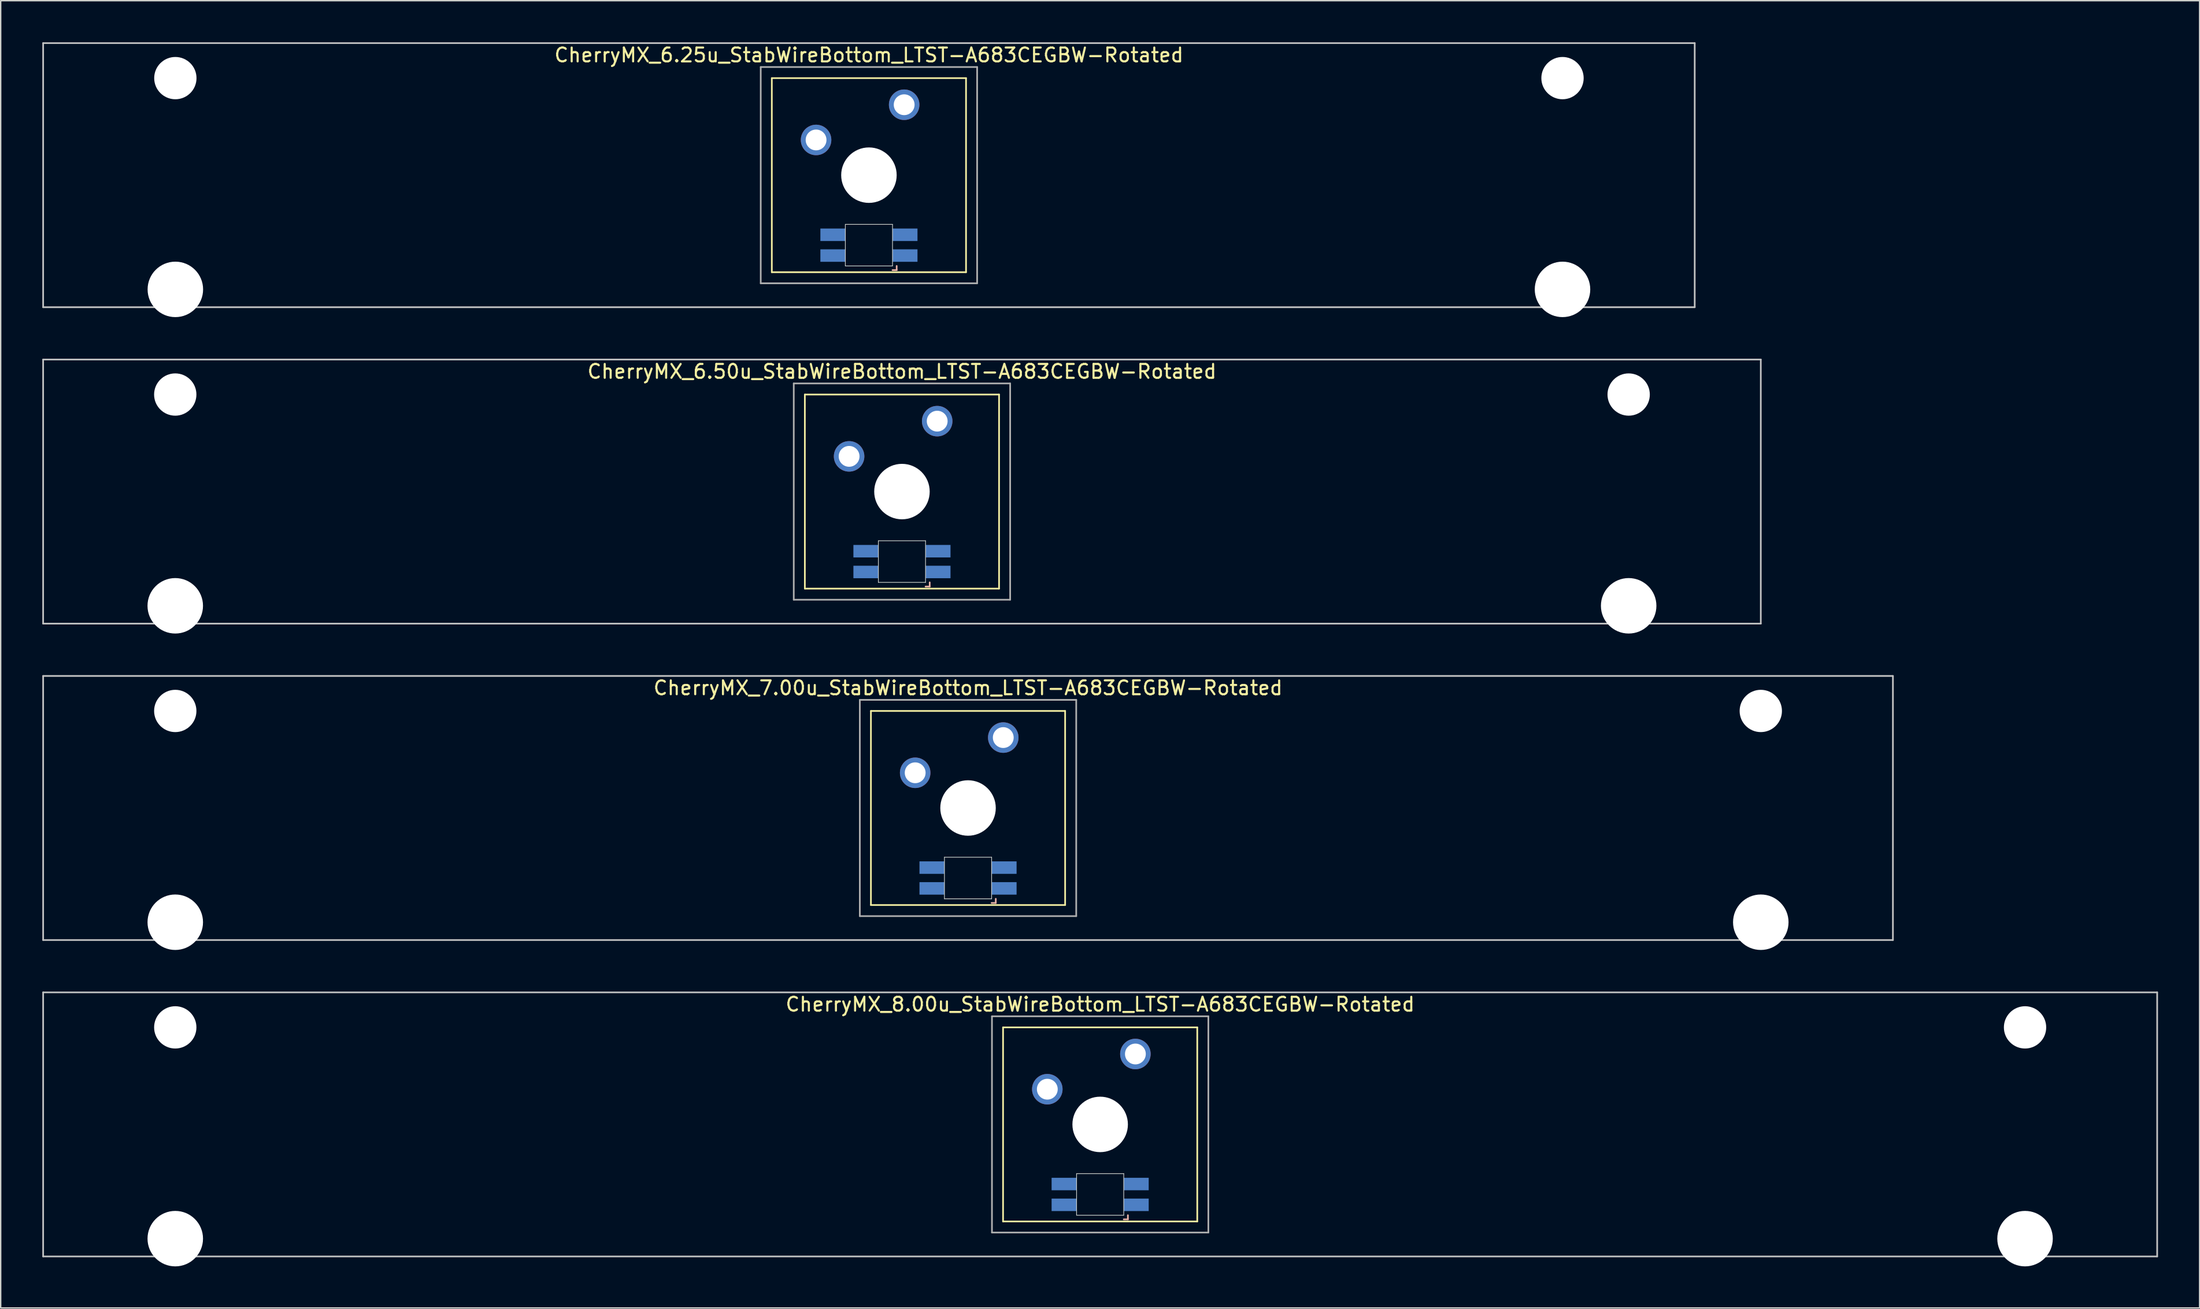
<source format=kicad_pcb>
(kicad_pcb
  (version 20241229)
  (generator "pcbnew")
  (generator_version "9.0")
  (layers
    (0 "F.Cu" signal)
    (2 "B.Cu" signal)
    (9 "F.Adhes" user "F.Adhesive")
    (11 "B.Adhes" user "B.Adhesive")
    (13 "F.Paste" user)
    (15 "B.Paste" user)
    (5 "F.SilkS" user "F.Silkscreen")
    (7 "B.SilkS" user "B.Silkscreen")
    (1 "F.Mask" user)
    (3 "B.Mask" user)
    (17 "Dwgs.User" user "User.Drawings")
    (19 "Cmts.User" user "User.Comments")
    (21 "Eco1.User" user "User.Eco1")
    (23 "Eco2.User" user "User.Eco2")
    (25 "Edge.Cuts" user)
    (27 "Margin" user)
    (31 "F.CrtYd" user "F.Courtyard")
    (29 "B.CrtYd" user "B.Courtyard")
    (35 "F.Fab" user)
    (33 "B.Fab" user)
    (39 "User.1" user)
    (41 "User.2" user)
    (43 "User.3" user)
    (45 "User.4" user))
  (footprint "CherryMX_6.25u_StabWireBottom_LTST-A683CEGBW-Rotated"
    (layer "F.Cu")
    (at 59.591 9.585)
    (property "Reference" "CherryMX_6.25u_StabWireBottom_LTST-A683CEGBW-Rotated" (at 0 -8.662 0) (layer "F.SilkS") (effects (font (size 1 1) (thickness 0.15))))
    (attr through_hole)
    (fp_line (start -7 -7) (end -7 7) (stroke (width 0.12) (type solid)) (layer "F.SilkS"))
    (fp_line (start -7 -7) (end 7 -7) (stroke (width 0.12) (type solid)) (layer "F.SilkS"))
    (fp_line (start 7 -7) (end 7 7) (stroke (width 0.12) (type solid)) (layer "F.SilkS"))
    (fp_line (start 7 7) (end -7 7) (stroke (width 0.12) (type solid)) (layer "F.SilkS"))
    (fp_line (start 1.7 6.85) (end 2 6.85) (stroke (width 0.12) (type solid)) (layer "B.SilkS"))
    (fp_line (start 2 6.85) (end 2 6.55) (stroke (width 0.12) (type solid)) (layer "B.SilkS"))
    (fp_line (start -59.531 -9.525) (end 59.531 -9.525) (stroke (width 0.12) (type solid)) (layer "Dwgs.User"))
    (fp_line (start -59.531 9.525) (end -59.531 -9.525) (stroke (width 0.12) (type solid)) (layer "Dwgs.User"))
    (fp_line (start 59.531 -9.525) (end 59.531 9.525) (stroke (width 0.12) (type solid)) (layer "Dwgs.User"))
    (fp_line (start 59.531 9.525) (end -59.531 9.525) (stroke (width 0.12) (type solid)) (layer "Dwgs.User"))
    (fp_line (start -1.7 3.55) (end 1.7 3.55) (stroke (width 0.05) (type solid)) (layer "Edge.Cuts"))
    (fp_line (start -1.7 6.55) (end -1.7 3.55) (stroke (width 0.05) (type solid)) (layer "Edge.Cuts"))
    (fp_line (start 1.7 3.55) (end 1.7 6.55) (stroke (width 0.05) (type solid)) (layer "Edge.Cuts"))
    (fp_line (start 1.7 6.55) (end -1.7 6.55) (stroke (width 0.05) (type solid)) (layer "Edge.Cuts"))
    (fp_line (start -7.8 -7.8) (end -7.8 7.8) (stroke (width 0.12) (type solid)) (layer "F.Fab"))
    (fp_line (start -7.8 -7.8) (end 7.8 -7.8) (stroke (width 0.12) (type solid)) (layer "F.Fab"))
    (fp_line (start -7.8 7.8) (end 7.8 7.8) (stroke (width 0.12) (type solid)) (layer "F.Fab"))
    (fp_line (start 7.8 -7.8) (end 7.8 7.8) (stroke (width 0.12) (type solid)) (layer "F.Fab"))
    (pad "" np_thru_hole circle (at -50 -7) (size 3.05 3.05) (drill 3.05) (layers "*.Cu" "*.Mask"))
    (pad "" np_thru_hole circle (at -50 8.24) (size 4 4) (drill 4) (layers "*.Cu" "*.Mask"))
    (pad "" np_thru_hole circle (at 0 0) (size 4 4) (drill 4) (layers "*.Cu" "*.Mask"))
    (pad "" np_thru_hole circle (at 50 -7) (size 3.05 3.05) (drill 3.05) (layers "*.Cu" "*.Mask"))
    (pad "" np_thru_hole circle (at 50 8.24) (size 4 4) (drill 4) (layers "*.Cu" "*.Mask"))
    (pad "1" thru_hole circle (at -3.81 -2.54) (size 2.2 2.2) (drill 1.5) (layers "*.Cu" "*.Mask"))
    (pad "2" thru_hole circle (at 2.54 -5.08) (size 2.2 2.2) (drill 1.5) (layers "*.Cu" "*.Mask"))
    (pad "3" smd rect (at 2.6 5.8) (size 1.8 0.9) (layers "B.Cu" "B.Mask" "B.Paste"))
    (pad "4" smd rect (at 2.6 4.3) (size 1.8 0.9) (layers "B.Cu" "B.Mask" "B.Paste"))
    (pad "5" smd rect (at -2.6 5.8) (size 1.8 0.9) (layers "B.Cu" "B.Mask" "B.Paste"))
    (pad "6" smd rect (at -2.6 4.3) (size 1.8 0.9) (layers "B.Cu" "B.Mask" "B.Paste")))
  (footprint "CherryMX_6.50u_StabWireBottom_LTST-A683CEGBW-Rotated"
    (layer "F.Cu")
    (at 61.972 32.41)
    (property "Reference" "CherryMX_6.50u_StabWireBottom_LTST-A683CEGBW-Rotated" (at 0 -8.662 0) (layer "F.SilkS") (effects (font (size 1 1) (thickness 0.15))))
    (attr through_hole)
    (fp_line (start -7 -7) (end -7 7) (stroke (width 0.12) (type solid)) (layer "F.SilkS"))
    (fp_line (start -7 -7) (end 7 -7) (stroke (width 0.12) (type solid)) (layer "F.SilkS"))
    (fp_line (start 7 -7) (end 7 7) (stroke (width 0.12) (type solid)) (layer "F.SilkS"))
    (fp_line (start 7 7) (end -7 7) (stroke (width 0.12) (type solid)) (layer "F.SilkS"))
    (fp_line (start 1.7 6.85) (end 2 6.85) (stroke (width 0.12) (type solid)) (layer "B.SilkS"))
    (fp_line (start 2 6.85) (end 2 6.55) (stroke (width 0.12) (type solid)) (layer "B.SilkS"))
    (fp_line (start -61.913 -9.525) (end 61.913 -9.525) (stroke (width 0.12) (type solid)) (layer "Dwgs.User"))
    (fp_line (start -61.913 9.525) (end -61.913 -9.525) (stroke (width 0.12) (type solid)) (layer "Dwgs.User"))
    (fp_line (start 61.913 -9.525) (end 61.913 9.525) (stroke (width 0.12) (type solid)) (layer "Dwgs.User"))
    (fp_line (start 61.913 9.525) (end -61.913 9.525) (stroke (width 0.12) (type solid)) (layer "Dwgs.User"))
    (fp_line (start -1.7 3.55) (end 1.7 3.55) (stroke (width 0.05) (type solid)) (layer "Edge.Cuts"))
    (fp_line (start -1.7 6.55) (end -1.7 3.55) (stroke (width 0.05) (type solid)) (layer "Edge.Cuts"))
    (fp_line (start 1.7 3.55) (end 1.7 6.55) (stroke (width 0.05) (type solid)) (layer "Edge.Cuts"))
    (fp_line (start 1.7 6.55) (end -1.7 6.55) (stroke (width 0.05) (type solid)) (layer "Edge.Cuts"))
    (fp_line (start -7.8 -7.8) (end -7.8 7.8) (stroke (width 0.12) (type solid)) (layer "F.Fab"))
    (fp_line (start -7.8 -7.8) (end 7.8 -7.8) (stroke (width 0.12) (type solid)) (layer "F.Fab"))
    (fp_line (start -7.8 7.8) (end 7.8 7.8) (stroke (width 0.12) (type solid)) (layer "F.Fab"))
    (fp_line (start 7.8 -7.8) (end 7.8 7.8) (stroke (width 0.12) (type solid)) (layer "F.Fab"))
    (pad "" np_thru_hole circle (at -52.388 -7) (size 3.05 3.05) (drill 3.05) (layers "*.Cu" "*.Mask"))
    (pad "" np_thru_hole circle (at -52.388 8.24) (size 4 4) (drill 4) (layers "*.Cu" "*.Mask"))
    (pad "" np_thru_hole circle (at 0 0) (size 4 4) (drill 4) (layers "*.Cu" "*.Mask"))
    (pad "" np_thru_hole circle (at 52.388 -7) (size 3.05 3.05) (drill 3.05) (layers "*.Cu" "*.Mask"))
    (pad "" np_thru_hole circle (at 52.388 8.24) (size 4 4) (drill 4) (layers "*.Cu" "*.Mask"))
    (pad "1" thru_hole circle (at -3.81 -2.54) (size 2.2 2.2) (drill 1.5) (layers "*.Cu" "*.Mask"))
    (pad "2" thru_hole circle (at 2.54 -5.08) (size 2.2 2.2) (drill 1.5) (layers "*.Cu" "*.Mask"))
    (pad "3" smd rect (at 2.6 5.8) (size 1.8 0.9) (layers "B.Cu" "B.Mask" "B.Paste"))
    (pad "4" smd rect (at 2.6 4.3) (size 1.8 0.9) (layers "B.Cu" "B.Mask" "B.Paste"))
    (pad "5" smd rect (at -2.6 5.8) (size 1.8 0.9) (layers "B.Cu" "B.Mask" "B.Paste"))
    (pad "6" smd rect (at -2.6 4.3) (size 1.8 0.9) (layers "B.Cu" "B.Mask" "B.Paste")))
  (footprint "CherryMX_7.00u_StabWireBottom_LTST-A683CEGBW-Rotated"
    (layer "F.Cu")
    (at 66.735 55.235)
    (property "Reference" "CherryMX_7.00u_StabWireBottom_LTST-A683CEGBW-Rotated" (at 0 -8.662 0) (layer "F.SilkS") (effects (font (size 1 1) (thickness 0.15))))
    (attr through_hole)
    (fp_line (start -7 -7) (end -7 7) (stroke (width 0.12) (type solid)) (layer "F.SilkS"))
    (fp_line (start -7 -7) (end 7 -7) (stroke (width 0.12) (type solid)) (layer "F.SilkS"))
    (fp_line (start 7 -7) (end 7 7) (stroke (width 0.12) (type solid)) (layer "F.SilkS"))
    (fp_line (start 7 7) (end -7 7) (stroke (width 0.12) (type solid)) (layer "F.SilkS"))
    (fp_line (start 1.7 6.85) (end 2 6.85) (stroke (width 0.12) (type solid)) (layer "B.SilkS"))
    (fp_line (start 2 6.85) (end 2 6.55) (stroke (width 0.12) (type solid)) (layer "B.SilkS"))
    (fp_line (start -66.675 -9.525) (end 66.675 -9.525) (stroke (width 0.12) (type solid)) (layer "Dwgs.User"))
    (fp_line (start -66.675 9.525) (end -66.675 -9.525) (stroke (width 0.12) (type solid)) (layer "Dwgs.User"))
    (fp_line (start 66.675 -9.525) (end 66.675 9.525) (stroke (width 0.12) (type solid)) (layer "Dwgs.User"))
    (fp_line (start 66.675 9.525) (end -66.675 9.525) (stroke (width 0.12) (type solid)) (layer "Dwgs.User"))
    (fp_line (start -1.7 3.55) (end 1.7 3.55) (stroke (width 0.05) (type solid)) (layer "Edge.Cuts"))
    (fp_line (start -1.7 6.55) (end -1.7 3.55) (stroke (width 0.05) (type solid)) (layer "Edge.Cuts"))
    (fp_line (start 1.7 3.55) (end 1.7 6.55) (stroke (width 0.05) (type solid)) (layer "Edge.Cuts"))
    (fp_line (start 1.7 6.55) (end -1.7 6.55) (stroke (width 0.05) (type solid)) (layer "Edge.Cuts"))
    (fp_line (start -7.8 -7.8) (end -7.8 7.8) (stroke (width 0.12) (type solid)) (layer "F.Fab"))
    (fp_line (start -7.8 -7.8) (end 7.8 -7.8) (stroke (width 0.12) (type solid)) (layer "F.Fab"))
    (fp_line (start -7.8 7.8) (end 7.8 7.8) (stroke (width 0.12) (type solid)) (layer "F.Fab"))
    (fp_line (start 7.8 -7.8) (end 7.8 7.8) (stroke (width 0.12) (type solid)) (layer "F.Fab"))
    (pad "" np_thru_hole circle (at -57.15 -7) (size 3.05 3.05) (drill 3.05) (layers "*.Cu" "*.Mask"))
    (pad "" np_thru_hole circle (at -57.15 8.24) (size 4 4) (drill 4) (layers "*.Cu" "*.Mask"))
    (pad "" np_thru_hole circle (at 0 0) (size 4 4) (drill 4) (layers "*.Cu" "*.Mask"))
    (pad "" np_thru_hole circle (at 57.15 -7) (size 3.05 3.05) (drill 3.05) (layers "*.Cu" "*.Mask"))
    (pad "" np_thru_hole circle (at 57.15 8.24) (size 4 4) (drill 4) (layers "*.Cu" "*.Mask"))
    (pad "1" thru_hole circle (at -3.81 -2.54) (size 2.2 2.2) (drill 1.5) (layers "*.Cu" "*.Mask"))
    (pad "2" thru_hole circle (at 2.54 -5.08) (size 2.2 2.2) (drill 1.5) (layers "*.Cu" "*.Mask"))
    (pad "3" smd rect (at 2.6 5.8) (size 1.8 0.9) (layers "B.Cu" "B.Mask" "B.Paste"))
    (pad "4" smd rect (at 2.6 4.3) (size 1.8 0.9) (layers "B.Cu" "B.Mask" "B.Paste"))
    (pad "5" smd rect (at -2.6 5.8) (size 1.8 0.9) (layers "B.Cu" "B.Mask" "B.Paste"))
    (pad "6" smd rect (at -2.6 4.3) (size 1.8 0.9) (layers "B.Cu" "B.Mask" "B.Paste")))
  (footprint "CherryMX_8.00u_StabWireBottom_LTST-A683CEGBW-Rotated"
    (layer "F.Cu")
    (at 76.26 78.06)
    (property "Reference" "CherryMX_8.00u_StabWireBottom_LTST-A683CEGBW-Rotated" (at 0 -8.662 0) (layer "F.SilkS") (effects (font (size 1 1) (thickness 0.15))))
    (attr through_hole)
    (fp_line (start -7 -7) (end -7 7) (stroke (width 0.12) (type solid)) (layer "F.SilkS"))
    (fp_line (start -7 -7) (end 7 -7) (stroke (width 0.12) (type solid)) (layer "F.SilkS"))
    (fp_line (start 7 -7) (end 7 7) (stroke (width 0.12) (type solid)) (layer "F.SilkS"))
    (fp_line (start 7 7) (end -7 7) (stroke (width 0.12) (type solid)) (layer "F.SilkS"))
    (fp_line (start 1.7 6.85) (end 2 6.85) (stroke (width 0.12) (type solid)) (layer "B.SilkS"))
    (fp_line (start 2 6.85) (end 2 6.55) (stroke (width 0.12) (type solid)) (layer "B.SilkS"))
    (fp_line (start -76.2 -9.525) (end 76.2 -9.525) (stroke (width 0.12) (type solid)) (layer "Dwgs.User"))
    (fp_line (start -76.2 9.525) (end -76.2 -9.525) (stroke (width 0.12) (type solid)) (layer "Dwgs.User"))
    (fp_line (start 76.2 -9.525) (end 76.2 9.525) (stroke (width 0.12) (type solid)) (layer "Dwgs.User"))
    (fp_line (start 76.2 9.525) (end -76.2 9.525) (stroke (width 0.12) (type solid)) (layer "Dwgs.User"))
    (fp_line (start -1.7 3.55) (end 1.7 3.55) (stroke (width 0.05) (type solid)) (layer "Edge.Cuts"))
    (fp_line (start -1.7 6.55) (end -1.7 3.55) (stroke (width 0.05) (type solid)) (layer "Edge.Cuts"))
    (fp_line (start 1.7 3.55) (end 1.7 6.55) (stroke (width 0.05) (type solid)) (layer "Edge.Cuts"))
    (fp_line (start 1.7 6.55) (end -1.7 6.55) (stroke (width 0.05) (type solid)) (layer "Edge.Cuts"))
    (fp_line (start -7.8 -7.8) (end -7.8 7.8) (stroke (width 0.12) (type solid)) (layer "F.Fab"))
    (fp_line (start -7.8 -7.8) (end 7.8 -7.8) (stroke (width 0.12) (type solid)) (layer "F.Fab"))
    (fp_line (start -7.8 7.8) (end 7.8 7.8) (stroke (width 0.12) (type solid)) (layer "F.Fab"))
    (fp_line (start 7.8 -7.8) (end 7.8 7.8) (stroke (width 0.12) (type solid)) (layer "F.Fab"))
    (pad "" np_thru_hole circle (at -66.675 -7) (size 3.05 3.05) (drill 3.05) (layers "*.Cu" "*.Mask"))
    (pad "" np_thru_hole circle (at -66.675 8.24) (size 4 4) (drill 4) (layers "*.Cu" "*.Mask"))
    (pad "" np_thru_hole circle (at 0 0) (size 4 4) (drill 4) (layers "*.Cu" "*.Mask"))
    (pad "" np_thru_hole circle (at 66.675 -7) (size 3.05 3.05) (drill 3.05) (layers "*.Cu" "*.Mask"))
    (pad "" np_thru_hole circle (at 66.675 8.24) (size 4 4) (drill 4) (layers "*.Cu" "*.Mask"))
    (pad "1" thru_hole circle (at -3.81 -2.54) (size 2.2 2.2) (drill 1.5) (layers "*.Cu" "*.Mask"))
    (pad "2" thru_hole circle (at 2.54 -5.08) (size 2.2 2.2) (drill 1.5) (layers "*.Cu" "*.Mask"))
    (pad "3" smd rect (at 2.6 5.8) (size 1.8 0.9) (layers "B.Cu" "B.Mask" "B.Paste"))
    (pad "4" smd rect (at 2.6 4.3) (size 1.8 0.9) (layers "B.Cu" "B.Mask" "B.Paste"))
    (pad "5" smd rect (at -2.6 5.8) (size 1.8 0.9) (layers "B.Cu" "B.Mask" "B.Paste"))
    (pad "6" smd rect (at -2.6 4.3) (size 1.8 0.9) (layers "B.Cu" "B.Mask" "B.Paste")))
  (gr_rect
    (start -3 -3)
    (end 155.52 91.3)
    (stroke (width 0.1) (type default))
    (fill no)
    (layer "Edge.Cuts")))
</source>
